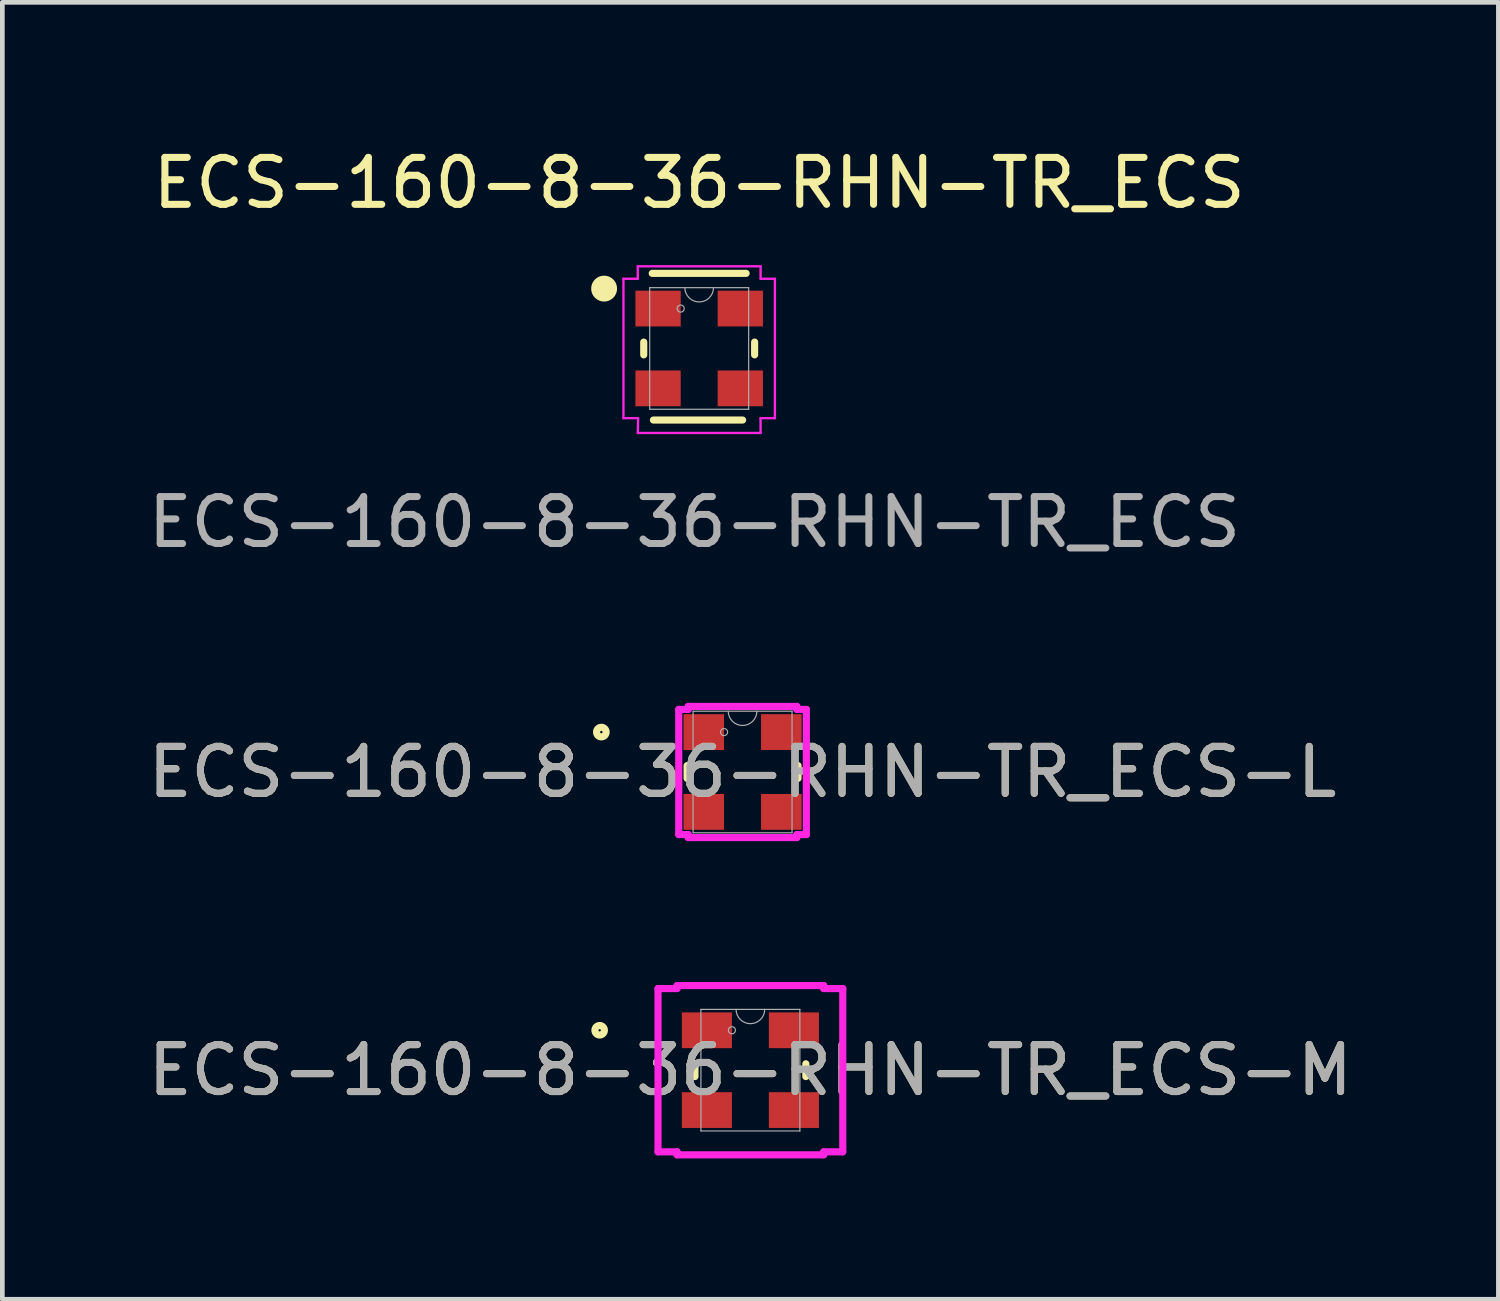
<source format=kicad_pcb>
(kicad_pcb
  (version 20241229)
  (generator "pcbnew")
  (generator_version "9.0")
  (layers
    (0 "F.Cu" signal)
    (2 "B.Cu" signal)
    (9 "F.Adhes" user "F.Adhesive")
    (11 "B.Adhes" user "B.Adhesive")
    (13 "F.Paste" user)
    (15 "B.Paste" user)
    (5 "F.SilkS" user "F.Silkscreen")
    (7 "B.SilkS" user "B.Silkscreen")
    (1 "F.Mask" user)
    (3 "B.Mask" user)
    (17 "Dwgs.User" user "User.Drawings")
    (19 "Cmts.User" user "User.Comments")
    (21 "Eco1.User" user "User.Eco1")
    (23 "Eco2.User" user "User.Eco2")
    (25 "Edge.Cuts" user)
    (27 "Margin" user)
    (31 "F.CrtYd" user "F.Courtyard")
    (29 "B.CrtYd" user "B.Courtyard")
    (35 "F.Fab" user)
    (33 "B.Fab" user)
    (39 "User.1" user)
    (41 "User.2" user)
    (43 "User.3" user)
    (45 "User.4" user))
  (footprint "ECS-160-8-36-RHN-TR_ECS-M"
    (layer "F.Cu")
    (at 12.935 19.747)
    (property "Reference" "ECS-160-8-36-RHN-TR_ECS-M" (at 0 0 0) (unlocked yes) (layer "F.SilkS") (effects (font (size 1 1) (thickness 0.15))))
    (attr smd)
    (fp_line (start -1.181 -0.136) (end -1.181 0.136) (stroke (width 0.152) (type solid)) (layer "F.SilkS"))
    (fp_line (start 1.181 0.136) (end 1.181 -0.136) (stroke (width 0.152) (type solid)) (layer "F.SilkS"))
    (fp_circle (center -3.211 -0.85) (end -3.11 -0.85) (stroke (width 0.152) (type solid)) (fill no) (layer "F.SilkS"))
    (fp_line (start -1.968 -1.739) (end -1.562 -1.739) (stroke (width 0.152) (type solid)) (layer "F.CrtYd"))
    (fp_line (start -1.968 1.739) (end -1.968 -1.739) (stroke (width 0.152) (type solid)) (layer "F.CrtYd"))
    (fp_line (start -1.968 1.739) (end -1.562 1.739) (stroke (width 0.152) (type solid)) (layer "F.CrtYd"))
    (fp_line (start -1.562 -1.803) (end 1.562 -1.803) (stroke (width 0.152) (type solid)) (layer "F.CrtYd"))
    (fp_line (start -1.562 -1.739) (end -1.562 -1.803) (stroke (width 0.152) (type solid)) (layer "F.CrtYd"))
    (fp_line (start -1.562 1.803) (end -1.562 1.739) (stroke (width 0.152) (type solid)) (layer "F.CrtYd"))
    (fp_line (start 1.562 -1.803) (end 1.562 -1.739) (stroke (width 0.152) (type solid)) (layer "F.CrtYd"))
    (fp_line (start 1.562 1.739) (end 1.562 1.803) (stroke (width 0.152) (type solid)) (layer "F.CrtYd"))
    (fp_line (start 1.562 1.803) (end -1.562 1.803) (stroke (width 0.152) (type solid)) (layer "F.CrtYd"))
    (fp_line (start 1.968 -1.739) (end 1.562 -1.739) (stroke (width 0.152) (type solid)) (layer "F.CrtYd"))
    (fp_line (start 1.968 -1.739) (end 1.968 1.739) (stroke (width 0.152) (type solid)) (layer "F.CrtYd"))
    (fp_line (start 1.968 1.739) (end 1.562 1.739) (stroke (width 0.152) (type solid)) (layer "F.CrtYd"))
    (fp_line (start -1.054 -1.295) (end -1.054 1.295) (stroke (width 0.025) (type solid)) (layer "F.Fab"))
    (fp_line (start -1.054 1.295) (end 1.054 1.295) (stroke (width 0.025) (type solid)) (layer "F.Fab"))
    (fp_line (start 1.054 -1.295) (end -1.054 -1.295) (stroke (width 0.025) (type solid)) (layer "F.Fab"))
    (fp_line (start 1.054 1.295) (end 1.054 -1.295) (stroke (width 0.025) (type solid)) (layer "F.Fab"))
    (fp_arc (start 0.3048 -1.2954) (mid 0 -0.9906) (end -0.3048 -1.2954) (stroke (width 0.0254) (type solid)) (layer "F.Fab"))
    (fp_circle (center -0.394 -0.85) (end -0.318 -0.85) (stroke (width 0.025) (type solid)) (fill no) (layer "F.Fab"))
    (fp_text user "${REFERENCE}" (at 0 0 0) (unlocked yes) (layer "F.Fab") (effects (font (size 1 1) (thickness 0.15))))
    (pad "1" smd rect (at -0.927 -0.85) (size 1.067 0.762) (layers "F.Cu" "F.Mask" "F.Paste"))
    (pad "2" smd rect (at -0.927 0.85) (size 1.067 0.762) (layers "F.Cu" "F.Mask" "F.Paste"))
    (pad "3" smd rect (at 0.927 0.85) (size 1.067 0.762) (layers "F.Cu" "F.Mask" "F.Paste"))
    (pad "4" smd rect (at 0.927 -0.85) (size 1.067 0.762) (layers "F.Cu" "F.Mask" "F.Paste")))
  (footprint "ECS-160-8-36-RHN-TR_ECS"
    (layer "F.Cu")
    (at 11.844 4.373)
    (property "Reference" "ECS-160-8-36-RHN-TR_ECS" (at 0 -3.525 0) (unlocked yes) (layer "F.SilkS") (effects (font (size 1 1) (thickness 0.15))))
    (attr smd)
    (fp_line (start -1.181 -0.136) (end -1.181 0.136) (stroke (width 0.152) (type solid)) (layer "F.SilkS"))
    (fp_line (start -0.975 1.525) (end 0.925 1.525) (stroke (width 0.152) (type solid)) (layer "F.SilkS"))
    (fp_line (start 1 -1.6) (end -1 -1.6) (stroke (width 0.152) (type solid)) (layer "F.SilkS"))
    (fp_line (start 1.181 0.136) (end 1.181 -0.136) (stroke (width 0.152) (type solid)) (layer "F.SilkS"))
    (fp_circle (center -2.025 -1.275) (end -2.225 -1.275) (stroke (width 0.152) (type solid)) (fill yes) (layer "F.SilkS"))
    (fp_line (start -1.613 -1.485) (end -1.308 -1.485) (stroke (width 0.05) (type solid)) (layer "F.CrtYd"))
    (fp_line (start -1.613 1.485) (end -1.613 -1.485) (stroke (width 0.05) (type solid)) (layer "F.CrtYd"))
    (fp_line (start -1.613 1.485) (end -1.308 1.485) (stroke (width 0.05) (type solid)) (layer "F.CrtYd"))
    (fp_line (start -1.308 -1.75) (end 1.308 -1.75) (stroke (width 0.05) (type solid)) (layer "F.CrtYd"))
    (fp_line (start -1.308 -1.485) (end -1.308 -1.75) (stroke (width 0.05) (type solid)) (layer "F.CrtYd"))
    (fp_line (start -1.308 1.8) (end -1.3 1.485) (stroke (width 0.05) (type solid)) (layer "F.CrtYd"))
    (fp_line (start 1.308 -1.75) (end 1.308 -1.485) (stroke (width 0.05) (type solid)) (layer "F.CrtYd"))
    (fp_line (start 1.308 1.485) (end 1.308 1.8) (stroke (width 0.05) (type solid)) (layer "F.CrtYd"))
    (fp_line (start 1.308 1.8) (end -1.308 1.8) (stroke (width 0.05) (type solid)) (layer "F.CrtYd"))
    (fp_line (start 1.613 -1.485) (end 1.308 -1.485) (stroke (width 0.05) (type solid)) (layer "F.CrtYd"))
    (fp_line (start 1.613 -1.485) (end 1.613 1.485) (stroke (width 0.05) (type solid)) (layer "F.CrtYd"))
    (fp_line (start 1.613 1.485) (end 1.308 1.485) (stroke (width 0.05) (type solid)) (layer "F.CrtYd"))
    (fp_line (start -1.054 -1.295) (end -1.054 1.295) (stroke (width 0.025) (type solid)) (layer "F.Fab"))
    (fp_line (start -1.054 1.295) (end 1.054 1.295) (stroke (width 0.025) (type solid)) (layer "F.Fab"))
    (fp_line (start 1.054 -1.295) (end -1.054 -1.295) (stroke (width 0.025) (type solid)) (layer "F.Fab"))
    (fp_line (start 1.054 1.295) (end 1.054 -1.295) (stroke (width 0.025) (type solid)) (layer "F.Fab"))
    (fp_arc (start 0.3048 -1.2954) (mid 0 -0.9906) (end -0.3048 -1.2954) (stroke (width 0.0254) (type solid)) (layer "F.Fab"))
    (fp_circle (center -0.394 -0.85) (end -0.318 -0.85) (stroke (width 0.025) (type solid)) (fill no) (layer "F.Fab"))
    (fp_text user "${REFERENCE}" (at -0.1 3.7 0) (unlocked yes) (layer "F.Fab") (effects (font (size 1 1) (thickness 0.15))))
    (pad "1" smd rect (at -0.876 -0.85) (size 0.965 0.762) (layers "F.Cu" "F.Mask" "F.Paste"))
    (pad "2" smd rect (at -0.876 0.85) (size 0.965 0.762) (layers "F.Cu" "F.Mask" "F.Paste"))
    (pad "3" smd rect (at 0.876 0.85) (size 0.965 0.762) (layers "F.Cu" "F.Mask" "F.Paste"))
    (pad "4" smd rect (at 0.876 -0.85) (size 0.965 0.762) (layers "F.Cu" "F.Mask" "F.Paste")))
  (footprint "ECS-160-8-36-RHN-TR_ECS-L"
    (layer "F.Cu")
    (at 12.768 13.395)
    (property "Reference" "ECS-160-8-36-RHN-TR_ECS-L" (at 0 0 0) (unlocked yes) (layer "F.SilkS") (effects (font (size 1 1) (thickness 0.15))))
    (attr smd)
    (fp_line (start -1.181 -0.136) (end -1.181 0.136) (stroke (width 0.152) (type solid)) (layer "F.SilkS"))
    (fp_line (start 1.181 0.136) (end 1.181 -0.136) (stroke (width 0.152) (type solid)) (layer "F.SilkS"))
    (fp_circle (center -3.008 -0.85) (end -2.906 -0.85) (stroke (width 0.152) (type solid)) (fill no) (layer "F.SilkS"))
    (fp_line (start -1.359 -1.333) (end -1.156 -1.333) (stroke (width 0.152) (type solid)) (layer "F.CrtYd"))
    (fp_line (start -1.359 1.333) (end -1.359 -1.333) (stroke (width 0.152) (type solid)) (layer "F.CrtYd"))
    (fp_line (start -1.359 1.333) (end -1.156 1.333) (stroke (width 0.152) (type solid)) (layer "F.CrtYd"))
    (fp_line (start -1.156 -1.397) (end 1.156 -1.397) (stroke (width 0.152) (type solid)) (layer "F.CrtYd"))
    (fp_line (start -1.156 -1.333) (end -1.156 -1.397) (stroke (width 0.152) (type solid)) (layer "F.CrtYd"))
    (fp_line (start -1.156 1.397) (end -1.156 1.333) (stroke (width 0.152) (type solid)) (layer "F.CrtYd"))
    (fp_line (start 1.156 -1.397) (end 1.156 -1.333) (stroke (width 0.152) (type solid)) (layer "F.CrtYd"))
    (fp_line (start 1.156 1.333) (end 1.156 1.397) (stroke (width 0.152) (type solid)) (layer "F.CrtYd"))
    (fp_line (start 1.156 1.397) (end -1.156 1.397) (stroke (width 0.152) (type solid)) (layer "F.CrtYd"))
    (fp_line (start 1.359 -1.333) (end 1.156 -1.333) (stroke (width 0.152) (type solid)) (layer "F.CrtYd"))
    (fp_line (start 1.359 -1.333) (end 1.359 1.333) (stroke (width 0.152) (type solid)) (layer "F.CrtYd"))
    (fp_line (start 1.359 1.333) (end 1.156 1.333) (stroke (width 0.152) (type solid)) (layer "F.CrtYd"))
    (fp_line (start -1.054 -1.295) (end -1.054 1.295) (stroke (width 0.025) (type solid)) (layer "F.Fab"))
    (fp_line (start -1.054 1.295) (end 1.054 1.295) (stroke (width 0.025) (type solid)) (layer "F.Fab"))
    (fp_line (start 1.054 -1.295) (end -1.054 -1.295) (stroke (width 0.025) (type solid)) (layer "F.Fab"))
    (fp_line (start 1.054 1.295) (end 1.054 -1.295) (stroke (width 0.025) (type solid)) (layer "F.Fab"))
    (fp_arc (start 0.3048 -1.2954) (mid 0 -0.9906) (end -0.3048 -1.2954) (stroke (width 0.0254) (type solid)) (layer "F.Fab"))
    (fp_circle (center -0.394 -0.85) (end -0.318 -0.85) (stroke (width 0.025) (type solid)) (fill no) (layer "F.Fab"))
    (fp_text user "${REFERENCE}" (at 0 0 0) (unlocked yes) (layer "F.Fab") (effects (font (size 1 1) (thickness 0.15))))
    (pad "1" smd rect (at -0.826 -0.85) (size 0.864 0.762) (layers "F.Cu" "F.Mask" "F.Paste"))
    (pad "2" smd rect (at -0.826 0.85) (size 0.864 0.762) (layers "F.Cu" "F.Mask" "F.Paste"))
    (pad "3" smd rect (at 0.826 0.85) (size 0.864 0.762) (layers "F.Cu" "F.Mask" "F.Paste"))
    (pad "4" smd rect (at 0.826 -0.85) (size 0.864 0.762) (layers "F.Cu" "F.Mask" "F.Paste")))
  (gr_rect
    (start -3 -3)
    (end 28.869 24.627)
    (stroke (width 0.1) (type default))
    (fill no)
    (layer "Edge.Cuts")))
</source>
